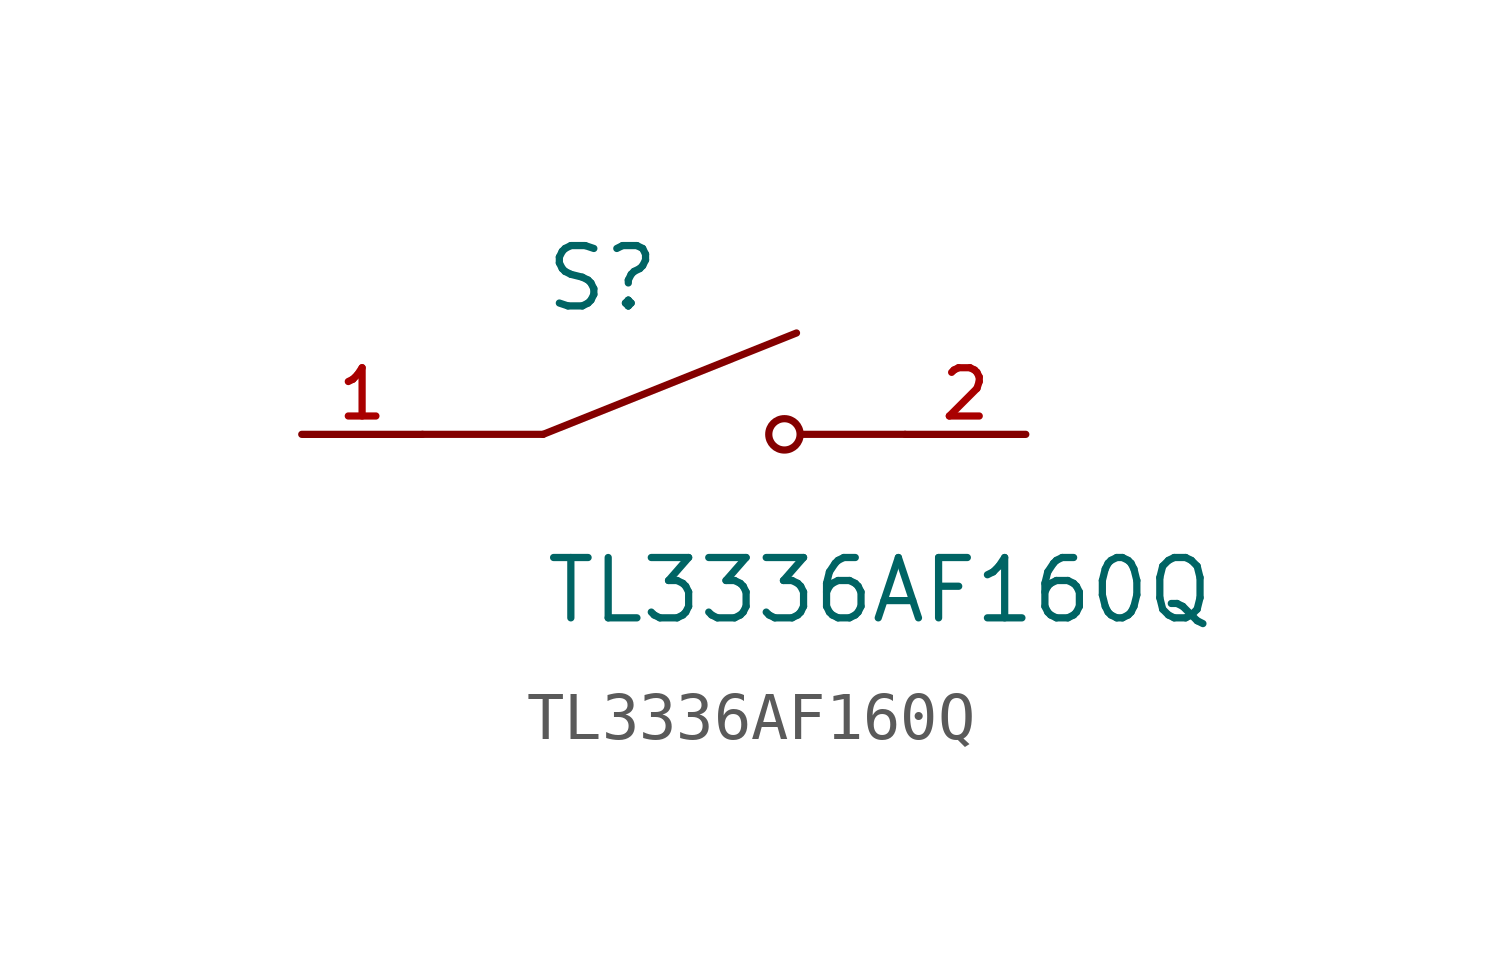
<source format=kicad_sym>
(kicad_symbol_lib
  (version 20211014)
  (generator kicad_symbol_editor)
  (symbol "TL3336AF160Q"
    (pin_names
      (offset 1.016))
    (property "Reference" "S"
      (at -2.54 2.54 0)
      (effects (font (size 1.27 1.27)) (justify bottom left)))
    (property "Value" "TL3336AF160Q"
      (at -2.54 -2.54 0)
      (effects (font (size 1.27 1.27)) (justify top left)))
    (symbol "TL3336AF160Q_0_0"
      (polyline (pts (xy -2.54 0.0) (xy 2.794 2.134)) (stroke (width 0.152)))
      (circle (center 2.54 0.0) (radius 0.33) (stroke (width 0.152)) (fill (type none)))
      (polyline (pts (xy 5.08 0.0) (xy 2.921 0.0)) (stroke (width 0.152)))
      (polyline (pts (xy -2.54 0.0) (xy -5.08 0.0)) (stroke (width 0.152)))
      (pin passive line (at -7.62 0.0 0) (length 2.54) (name "~" (effects (font (size 1.016 1.016)))) (number "1" (effects (font (size 1.016 1.016)))))
      (pin passive line (at 7.62 0.0 180.0) (length 2.54) (name "~" (effects (font (size 1.016 1.016)))) (number "2" (effects (font (size 1.016 1.016))))))))
</source>
